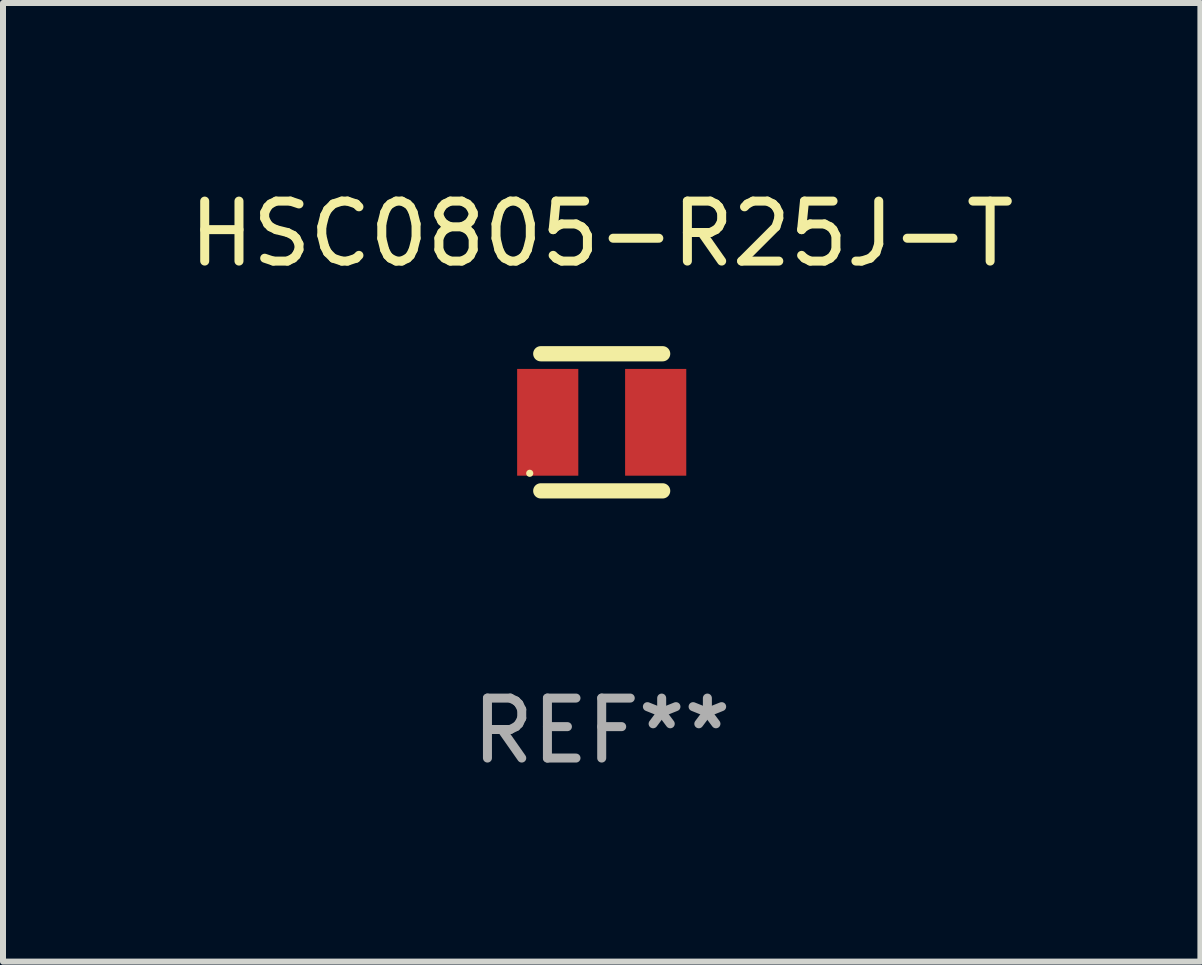
<source format=kicad_pcb>
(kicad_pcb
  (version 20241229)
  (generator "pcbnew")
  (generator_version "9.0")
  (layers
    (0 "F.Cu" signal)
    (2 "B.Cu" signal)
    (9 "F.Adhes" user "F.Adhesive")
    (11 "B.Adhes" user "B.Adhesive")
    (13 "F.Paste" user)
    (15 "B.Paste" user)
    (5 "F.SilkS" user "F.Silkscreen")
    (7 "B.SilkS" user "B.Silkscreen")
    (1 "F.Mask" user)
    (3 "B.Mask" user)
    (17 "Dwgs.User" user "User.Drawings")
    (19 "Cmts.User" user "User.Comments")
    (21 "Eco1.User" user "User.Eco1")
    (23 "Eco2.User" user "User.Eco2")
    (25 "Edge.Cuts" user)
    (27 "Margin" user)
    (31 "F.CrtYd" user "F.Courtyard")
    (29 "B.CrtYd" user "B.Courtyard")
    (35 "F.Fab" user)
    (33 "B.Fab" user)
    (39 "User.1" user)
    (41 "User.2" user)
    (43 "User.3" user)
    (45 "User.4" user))
  (footprint "HSC0805-R25J-T"
    (layer "F.Cu")
    (at 6.982 3.991)
    (property "Reference" "HSC0805-R25J-T" (at 0 -3.143 0) (layer "F.SilkS") (effects (font (size 1 1) (thickness 0.15))))
    (attr through_hole)
    (fp_line (start -1.016 -1.143) (end 1.016 -1.143) (stroke (width 0.254) (type solid)) (layer "F.SilkS"))
    (fp_line (start -1.016 1.143) (end 1.016 1.143) (stroke (width 0.254) (type solid)) (layer "F.SilkS"))
    (fp_circle (center -1.2 0.85) (end -1.17 0.85) (stroke (width 0.06) (type solid)) (fill no) (layer "F.SilkS"))
    (fp_text user "REF**" (at 0 5.143 0) (layer "F.Fab") (effects (font (size 1 1) (thickness 0.15))))
    (pad "1" smd rect (at -0.9 0) (size 1.02 1.78) (layers "F.Cu" "F.Mask" "F.Paste"))
    (pad "2" smd rect (at 0.9 0) (size 1.02 1.78) (layers "F.Cu" "F.Mask" "F.Paste")))
  (gr_rect
    (start -3 -3)
    (end 16.964 12.983)
    (stroke (width 0.1) (type default))
    (fill no)
    (layer "Edge.Cuts")))
</source>
